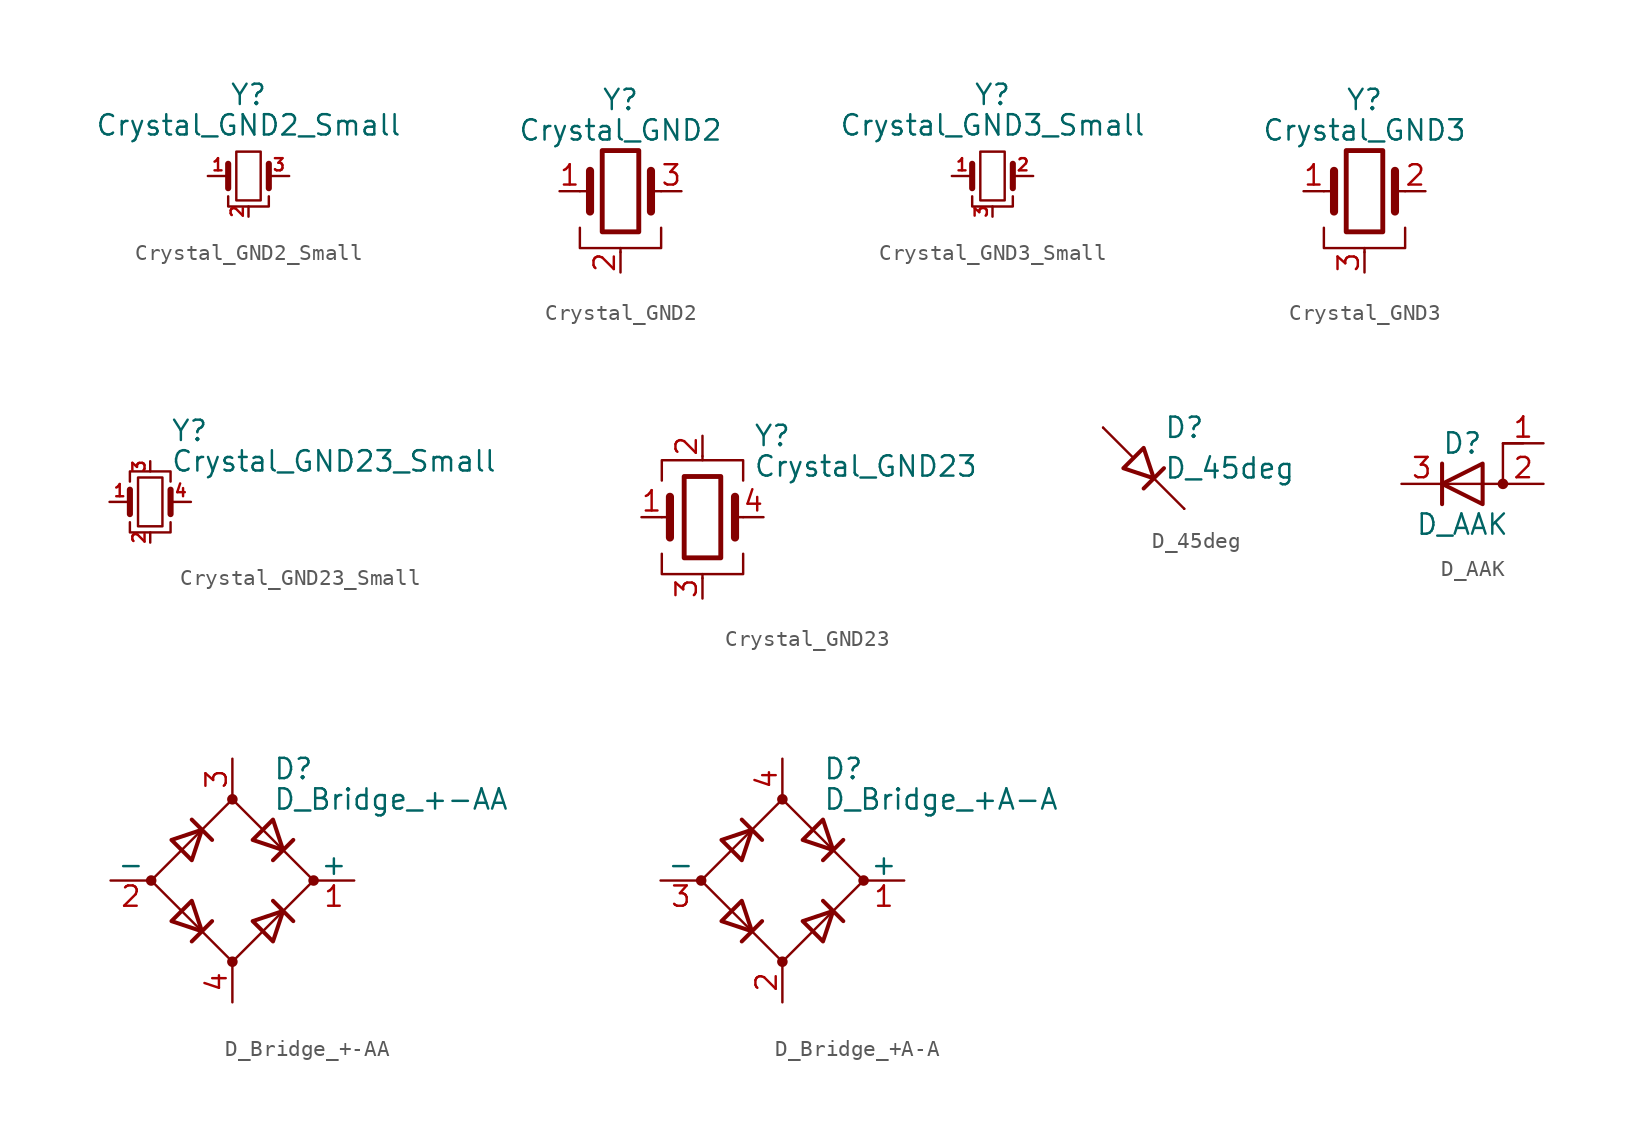
<source format=kicad_sym>
(kicad_symbol_lib
  (version 20241209)
  (generator "kicad_symbol_editor")
  (generator_version "9.0")
  (symbol "Crystal_GND2_Small"
    (pin_names
      (offset 1.016)
      (hide yes))
    (property "Reference" "Y"
      (at 0 5.08 0)
      (effects (font (size 1.27 1.27))))
    (property "Value" "Crystal_GND2_Small"
      (at 0 3.175 0)
      (effects (font (size 1.27 1.27))))
    (symbol "Crystal_GND2_Small_0_1"
      (polyline (pts (xy -1.27 -0.762) (xy -1.27 0.762)) (stroke (width 0.381) (type default)) (fill (type none)))
      (polyline (pts (xy -1.27 -1.27) (xy -1.27 -1.905) (xy 1.27 -1.905) (xy 1.27 -1.27)) (stroke (width 0) (type default)) (fill (type none)))
      (rectangle (start -0.762 -1.524) (end 0.762 1.524) (stroke (width 0) (type default)) (fill (type none)))
      (polyline (pts (xy 1.27 -0.762) (xy 1.27 0.762)) (stroke (width 0.381) (type default)) (fill (type none))))
    (symbol "Crystal_GND2_Small_1_1"
      (pin passive line (at -2.54 0 0) (length 1.27) (name "1" (effects (font (size 1.27 1.27)))) (number "1" (effects (font (size 0.762 0.762)))))
      (pin passive line (at 0 -2.54 90) (length 0.635) (name "2" (effects (font (size 1.27 1.27)))) (number "2" (effects (font (size 0.762 0.762)))))
      (pin passive line (at 2.54 0 180) (length 1.27) (name "3" (effects (font (size 1.27 1.27)))) (number "3" (effects (font (size 0.762 0.762)))))))
  (symbol "Crystal_GND2"
    (pin_names
      (offset 1.016)
      (hide yes))
    (property "Reference" "Y"
      (at 0 5.715 0)
      (effects (font (size 1.27 1.27))))
    (property "Value" "Crystal_GND2"
      (at 0 3.81 0)
      (effects (font (size 1.27 1.27))))
    (symbol "Crystal_GND2_0_1"
      (polyline (pts (xy -2.54 0) (xy -1.905 0)) (stroke (width 0) (type default)) (fill (type none)))
      (polyline (pts (xy -2.54 -2.286) (xy -2.54 -3.556) (xy 2.54 -3.556) (xy 2.54 -2.286)) (stroke (width 0) (type default)) (fill (type none)))
      (polyline (pts (xy -1.905 -1.27) (xy -1.905 1.27)) (stroke (width 0.508) (type default)) (fill (type none)))
      (rectangle (start -1.143 2.54) (end 1.143 -2.54) (stroke (width 0.305) (type default)) (fill (type none)))
      (polyline (pts (xy 0 -3.81) (xy 0 -3.556)) (stroke (width 0) (type default)) (fill (type none)))
      (polyline (pts (xy 1.905 1.27) (xy 1.905 -1.27)) (stroke (width 0.508) (type default)) (fill (type none)))
      (polyline (pts (xy 1.905 0) (xy 2.54 0)) (stroke (width 0) (type default)) (fill (type none))))
    (symbol "Crystal_GND2_1_1"
      (pin passive line (at -3.81 0 0) (length 1.27) (name "1" (effects (font (size 1.27 1.27)))) (number "1" (effects (font (size 1.27 1.27)))))
      (pin passive line (at 0 -5.08 90) (length 1.27) (name "2" (effects (font (size 1.27 1.27)))) (number "2" (effects (font (size 1.27 1.27)))))
      (pin passive line (at 3.81 0 180) (length 1.27) (name "3" (effects (font (size 1.27 1.27)))) (number "3" (effects (font (size 1.27 1.27)))))))
  (symbol "Crystal_GND3_Small"
    (pin_names
      (offset 1.016)
      (hide yes))
    (property "Reference" "Y"
      (at 0 5.08 0)
      (effects (font (size 1.27 1.27))))
    (property "Value" "Crystal_GND3_Small"
      (at 0 3.175 0)
      (effects (font (size 1.27 1.27))))
    (symbol "Crystal_GND3_Small_0_1"
      (polyline (pts (xy -1.27 -0.762) (xy -1.27 0.762)) (stroke (width 0.381) (type default)) (fill (type none)))
      (polyline (pts (xy -1.27 -1.27) (xy -1.27 -1.905) (xy 1.27 -1.905) (xy 1.27 -1.27)) (stroke (width 0) (type default)) (fill (type none)))
      (rectangle (start -0.762 -1.524) (end 0.762 1.524) (stroke (width 0) (type default)) (fill (type none)))
      (polyline (pts (xy 1.27 -0.762) (xy 1.27 0.762)) (stroke (width 0.381) (type default)) (fill (type none))))
    (symbol "Crystal_GND3_Small_1_1"
      (pin passive line (at -2.54 0 0) (length 1.27) (name "1" (effects (font (size 1.27 1.27)))) (number "1" (effects (font (size 0.762 0.762)))))
      (pin passive line (at 0 -2.54 90) (length 0.635) (name "3" (effects (font (size 1.27 1.27)))) (number "3" (effects (font (size 0.762 0.762)))))
      (pin passive line (at 2.54 0 180) (length 1.27) (name "2" (effects (font (size 1.27 1.27)))) (number "2" (effects (font (size 0.762 0.762)))))))
  (symbol "Crystal_GND3"
    (pin_names
      (offset 1.016)
      (hide yes))
    (property "Reference" "Y"
      (at 0 5.715 0)
      (effects (font (size 1.27 1.27))))
    (property "Value" "Crystal_GND3"
      (at 0 3.81 0)
      (effects (font (size 1.27 1.27))))
    (symbol "Crystal_GND3_0_1"
      (polyline (pts (xy -2.54 0) (xy -1.905 0)) (stroke (width 0) (type default)) (fill (type none)))
      (polyline (pts (xy -2.54 -2.286) (xy -2.54 -3.556) (xy 2.54 -3.556) (xy 2.54 -2.286)) (stroke (width 0) (type default)) (fill (type none)))
      (polyline (pts (xy -1.905 -1.27) (xy -1.905 1.27)) (stroke (width 0.508) (type default)) (fill (type none)))
      (rectangle (start -1.143 2.54) (end 1.143 -2.54) (stroke (width 0.305) (type default)) (fill (type none)))
      (polyline (pts (xy 0 -3.81) (xy 0 -3.556)) (stroke (width 0) (type default)) (fill (type none)))
      (polyline (pts (xy 1.905 1.27) (xy 1.905 -1.27)) (stroke (width 0.508) (type default)) (fill (type none)))
      (polyline (pts (xy 1.905 0) (xy 2.54 0)) (stroke (width 0) (type default)) (fill (type none))))
    (symbol "Crystal_GND3_1_1"
      (pin passive line (at -3.81 0 0) (length 1.27) (name "1" (effects (font (size 1.27 1.27)))) (number "1" (effects (font (size 1.27 1.27)))))
      (pin passive line (at 0 -5.08 90) (length 1.27) (name "3" (effects (font (size 1.27 1.27)))) (number "3" (effects (font (size 1.27 1.27)))))
      (pin passive line (at 3.81 0 180) (length 1.27) (name "2" (effects (font (size 1.27 1.27)))) (number "2" (effects (font (size 1.27 1.27)))))))
  (symbol "Crystal_GND23_Small"
    (pin_names
      (offset 1.016)
      (hide yes))
    (property "Reference" "Y"
      (at 1.27 4.445 0)
      (effects (font (size 1.27 1.27)) (justify left)))
    (property "Value" "Crystal_GND23_Small"
      (at 1.27 2.54 0)
      (effects (font (size 1.27 1.27)) (justify left)))
    (symbol "Crystal_GND23_Small_0_1"
      (polyline (pts (xy -1.27 1.27) (xy -1.27 1.905) (xy 1.27 1.905) (xy 1.27 1.27)) (stroke (width 0) (type default)) (fill (type none)))
      (polyline (pts (xy -1.27 -0.762) (xy -1.27 0.762)) (stroke (width 0.381) (type default)) (fill (type none)))
      (polyline (pts (xy -1.27 -1.27) (xy -1.27 -1.905) (xy 1.27 -1.905) (xy 1.27 -1.27)) (stroke (width 0) (type default)) (fill (type none)))
      (rectangle (start -0.762 -1.524) (end 0.762 1.524) (stroke (width 0) (type default)) (fill (type none)))
      (polyline (pts (xy 1.27 -0.762) (xy 1.27 0.762)) (stroke (width 0.381) (type default)) (fill (type none))))
    (symbol "Crystal_GND23_Small_1_1"
      (pin passive line (at -2.54 0 0) (length 1.27) (name "1" (effects (font (size 1.27 1.27)))) (number "1" (effects (font (size 0.762 0.762)))))
      (pin passive line (at 0 2.54 270) (length 0.635) (name "3" (effects (font (size 1.27 1.27)))) (number "3" (effects (font (size 0.762 0.762)))))
      (pin passive line (at 0 -2.54 90) (length 0.635) (name "2" (effects (font (size 1.27 1.27)))) (number "2" (effects (font (size 0.762 0.762)))))
      (pin passive line (at 2.54 0 180) (length 1.27) (name "4" (effects (font (size 1.27 1.27)))) (number "4" (effects (font (size 0.762 0.762)))))))
  (symbol "Crystal_GND23"
    (pin_names
      (offset 1.016)
      (hide yes))
    (property "Reference" "Y"
      (at 3.175 5.08 0)
      (effects (font (size 1.27 1.27)) (justify left)))
    (property "Value" "Crystal_GND23"
      (at 3.175 3.175 0)
      (effects (font (size 1.27 1.27)) (justify left)))
    (symbol "Crystal_GND23_0_1"
      (polyline (pts (xy -2.54 2.286) (xy -2.54 3.556) (xy 2.54 3.556) (xy 2.54 2.286)) (stroke (width 0) (type default)) (fill (type none)))
      (polyline (pts (xy -2.54 0) (xy -2.032 0)) (stroke (width 0) (type default)) (fill (type none)))
      (polyline (pts (xy -2.54 -2.286) (xy -2.54 -3.556) (xy 2.54 -3.556) (xy 2.54 -2.286)) (stroke (width 0) (type default)) (fill (type none)))
      (polyline (pts (xy -2.032 -1.27) (xy -2.032 1.27)) (stroke (width 0.508) (type default)) (fill (type none)))
      (rectangle (start -1.143 2.54) (end 1.143 -2.54) (stroke (width 0.305) (type default)) (fill (type none)))
      (polyline (pts (xy 0 3.556) (xy 0 3.81)) (stroke (width 0) (type default)) (fill (type none)))
      (polyline (pts (xy 0 -3.81) (xy 0 -3.556)) (stroke (width 0) (type default)) (fill (type none)))
      (polyline (pts (xy 2.032 0) (xy 2.54 0)) (stroke (width 0) (type default)) (fill (type none)))
      (polyline (pts (xy 2.032 -1.27) (xy 2.032 1.27)) (stroke (width 0.508) (type default)) (fill (type none))))
    (symbol "Crystal_GND23_1_1"
      (pin passive line (at -3.81 0 0) (length 1.27) (name "1" (effects (font (size 1.27 1.27)))) (number "1" (effects (font (size 1.27 1.27)))))
      (pin passive line (at 0 5.08 270) (length 1.27) (name "2" (effects (font (size 1.27 1.27)))) (number "2" (effects (font (size 1.27 1.27)))))
      (pin passive line (at 0 -5.08 90) (length 1.27) (name "3" (effects (font (size 1.27 1.27)))) (number "3" (effects (font (size 1.27 1.27)))))
      (pin passive line (at 3.81 0 180) (length 1.27) (name "4" (effects (font (size 1.27 1.27)))) (number "4" (effects (font (size 1.27 1.27)))))))
  (symbol "D_45deg"
    (pin_numbers
      (hide yes))
    (pin_names
      (offset 0)
      (hide yes))
    (property "Reference" "D"
      (at 1.27 2.54 0)
      (effects (font (size 1.27 1.27)) (justify left)))
    (property "Value" "D_45deg"
      (at 1.27 0 0)
      (effects (font (size 1.27 1.27)) (justify left)))
    (symbol "D_45deg_0_1"
      (polyline (pts (xy -1.27 0) (xy 0 1.27) (xy 0.635 -0.635) (xy -1.27 0)) (stroke (width 0.254) (type default)) (fill (type none)))
      (polyline (pts (xy -0.635 0.635) (xy -2.54 2.54)) (stroke (width 0) (type default)) (fill (type none)))
      (polyline (pts (xy 0 -1.27) (xy 1.27 0)) (stroke (width 0.254) (type default)) (fill (type none)))
      (polyline (pts (xy 2.54 -2.54) (xy 0.635 -0.635)) (stroke (width 0) (type default)) (fill (type none))))
    (symbol "D_45deg_1_1"
      (pin passive line (at -2.54 2.54 0) (length 0) (name "A" (effects (font (size 1.27 1.27)))) (number "2" (effects (font (size 1.27 1.27)))))
      (pin passive line (at 2.54 -2.54 180) (length 0) (name "K" (effects (font (size 1.27 1.27)))) (number "1" (effects (font (size 1.27 1.27)))))))
  (symbol "D_AAK"
    (pin_names
      (offset 0)
      (hide yes))
    (property "Reference" "D"
      (at 0 2.54 0)
      (effects (font (size 1.27 1.27))))
    (property "Value" "D_AAK"
      (at 0 -2.54 0)
      (effects (font (size 1.27 1.27))))
    (symbol "D_AAK_0_1"
      (polyline (pts (xy -1.27 1.27) (xy -1.27 -1.27)) (stroke (width 0.254) (type default)) (fill (type none)))
      (polyline (pts (xy 1.27 1.27) (xy 1.27 -1.27) (xy -1.27 0) (xy 1.27 1.27)) (stroke (width 0.254) (type default)) (fill (type none)))
      (circle (center 2.54 0) (radius 0.254) (stroke (width 0) (type default)) (fill (type outline)))
      (polyline (pts (xy 3.81 2.54) (xy 2.54 2.54) (xy 2.54 0) (xy -1.27 0)) (stroke (width 0) (type default)) (fill (type none))))
    (symbol "D_AAK_1_1"
      (pin passive line (at -3.81 0 0) (length 2.54) (name "K" (effects (font (size 1.27 1.27)))) (number "3" (effects (font (size 1.27 1.27)))))
      (pin passive line (at 5.08 2.54 180) (length 2.54) (name "A" (effects (font (size 1.27 1.27)))) (number "1" (effects (font (size 1.27 1.27)))))
      (pin passive line (at 5.08 0 180) (length 2.54) (name "A" (effects (font (size 1.27 1.27)))) (number "2" (effects (font (size 1.27 1.27)))))))
  (symbol "D_Bridge_+-AA"
    (pin_names
      (offset 0))
    (property "Reference" "D"
      (at 2.54 6.985 0)
      (effects (font (size 1.27 1.27)) (justify left)))
    (property "Value" "D_Bridge_+-AA"
      (at 2.54 5.08 0)
      (effects (font (size 1.27 1.27)) (justify left)))
    (symbol "D_Bridge_+-AA_0_1"
      (circle (center -5.08 0) (radius 0.254) (stroke (width 0) (type default)) (fill (type outline)))
      (polyline (pts (xy -5.08 0) (xy 0 -5.08) (xy 5.08 0) (xy 0 5.08) (xy -5.08 0)) (stroke (width 0) (type default)) (fill (type none)))
      (polyline (pts (xy -3.81 2.54) (xy -2.54 1.27) (xy -1.905 3.175) (xy -3.81 2.54)) (stroke (width 0.254) (type default)) (fill (type none)))
      (polyline (pts (xy -2.54 3.81) (xy -1.27 2.54)) (stroke (width 0.254) (type default)) (fill (type none)))
      (polyline (pts (xy -2.54 -1.27) (xy -3.81 -2.54) (xy -1.905 -3.175) (xy -2.54 -1.27)) (stroke (width 0.254) (type default)) (fill (type none)))
      (polyline (pts (xy -1.27 -2.54) (xy -2.54 -3.81)) (stroke (width 0.254) (type default)) (fill (type none)))
      (circle (center 0 5.08) (radius 0.254) (stroke (width 0) (type default)) (fill (type outline)))
      (circle (center 0 -5.08) (radius 0.254) (stroke (width 0) (type default)) (fill (type outline)))
      (polyline (pts (xy 1.27 2.54) (xy 2.54 3.81) (xy 3.175 1.905) (xy 1.27 2.54)) (stroke (width 0.254) (type default)) (fill (type none)))
      (polyline (pts (xy 2.54 1.27) (xy 3.81 2.54)) (stroke (width 0.254) (type default)) (fill (type none)))
      (polyline (pts (xy 2.54 -1.27) (xy 3.81 -2.54)) (stroke (width 0.254) (type default)) (fill (type none)))
      (polyline (pts (xy 3.175 -1.905) (xy 1.27 -2.54) (xy 2.54 -3.81) (xy 3.175 -1.905)) (stroke (width 0.254) (type default)) (fill (type none)))
      (circle (center 5.08 0) (radius 0.254) (stroke (width 0) (type default)) (fill (type outline))))
    (symbol "D_Bridge_+-AA_1_1"
      (pin passive line (at -7.62 0 0) (length 2.54) (name "-" (effects (font (size 1.27 1.27)))) (number "2" (effects (font (size 1.27 1.27)))))
      (pin passive line (at 0 7.62 270) (length 2.54) (name "~" (effects (font (size 1.27 1.27)))) (number "3" (effects (font (size 1.27 1.27)))))
      (pin passive line (at 0 -7.62 90) (length 2.54) (name "~" (effects (font (size 1.27 1.27)))) (number "4" (effects (font (size 1.27 1.27)))))
      (pin passive line (at 7.62 0 180) (length 2.54) (name "+" (effects (font (size 1.27 1.27)))) (number "1" (effects (font (size 1.27 1.27)))))))
  (symbol "D_Bridge_+A-A"
    (pin_names
      (offset 0))
    (property "Reference" "D"
      (at 2.54 6.985 0)
      (effects (font (size 1.27 1.27)) (justify left)))
    (property "Value" "D_Bridge_+A-A"
      (at 2.54 5.08 0)
      (effects (font (size 1.27 1.27)) (justify left)))
    (symbol "D_Bridge_+A-A_0_1"
      (circle (center -5.08 0) (radius 0.254) (stroke (width 0) (type default)) (fill (type outline)))
      (polyline (pts (xy -5.08 0) (xy 0 -5.08) (xy 5.08 0) (xy 0 5.08) (xy -5.08 0)) (stroke (width 0) (type default)) (fill (type none)))
      (polyline (pts (xy -3.81 2.54) (xy -2.54 1.27) (xy -1.905 3.175) (xy -3.81 2.54)) (stroke (width 0.254) (type default)) (fill (type none)))
      (polyline (pts (xy -2.54 3.81) (xy -1.27 2.54)) (stroke (width 0.254) (type default)) (fill (type none)))
      (polyline (pts (xy -2.54 -1.27) (xy -3.81 -2.54) (xy -1.905 -3.175) (xy -2.54 -1.27)) (stroke (width 0.254) (type default)) (fill (type none)))
      (polyline (pts (xy -1.27 -2.54) (xy -2.54 -3.81)) (stroke (width 0.254) (type default)) (fill (type none)))
      (circle (center 0 5.08) (radius 0.254) (stroke (width 0) (type default)) (fill (type outline)))
      (circle (center 0 -5.08) (radius 0.254) (stroke (width 0) (type default)) (fill (type outline)))
      (polyline (pts (xy 1.27 2.54) (xy 2.54 3.81) (xy 3.175 1.905) (xy 1.27 2.54)) (stroke (width 0.254) (type default)) (fill (type none)))
      (polyline (pts (xy 2.54 1.27) (xy 3.81 2.54)) (stroke (width 0.254) (type default)) (fill (type none)))
      (polyline (pts (xy 2.54 -1.27) (xy 3.81 -2.54)) (stroke (width 0.254) (type default)) (fill (type none)))
      (polyline (pts (xy 3.175 -1.905) (xy 1.27 -2.54) (xy 2.54 -3.81) (xy 3.175 -1.905)) (stroke (width 0.254) (type default)) (fill (type none)))
      (circle (center 5.08 0) (radius 0.254) (stroke (width 0) (type default)) (fill (type outline))))
    (symbol "D_Bridge_+A-A_1_1"
      (pin passive line (at -7.62 0 0) (length 2.54) (name "-" (effects (font (size 1.27 1.27)))) (number "3" (effects (font (size 1.27 1.27)))))
      (pin passive line (at 0 7.62 270) (length 2.54) (name "~" (effects (font (size 1.27 1.27)))) (number "4" (effects (font (size 1.27 1.27)))))
      (pin passive line (at 0 -7.62 90) (length 2.54) (name "~" (effects (font (size 1.27 1.27)))) (number "2" (effects (font (size 1.27 1.27)))))
      (pin passive line (at 7.62 0 180) (length 2.54) (name "+" (effects (font (size 1.27 1.27)))) (number "1" (effects (font (size 1.27 1.27))))))))
</source>
